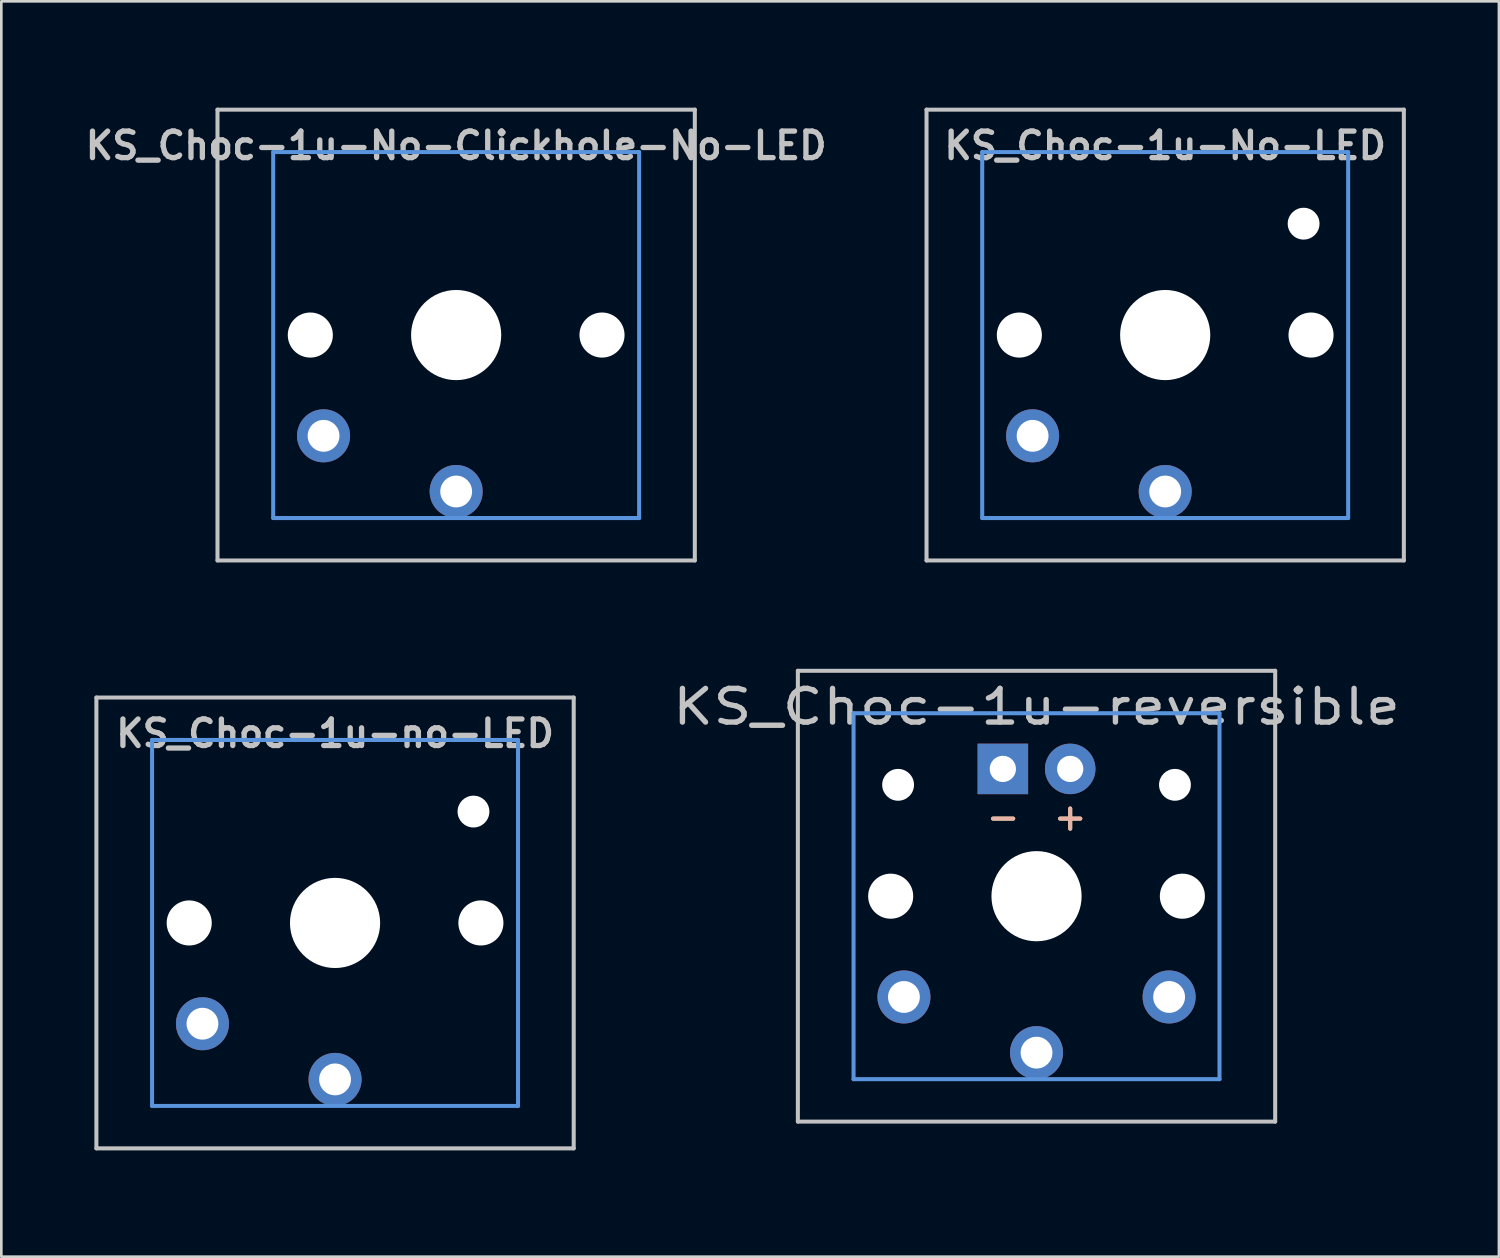
<source format=kicad_pcb>
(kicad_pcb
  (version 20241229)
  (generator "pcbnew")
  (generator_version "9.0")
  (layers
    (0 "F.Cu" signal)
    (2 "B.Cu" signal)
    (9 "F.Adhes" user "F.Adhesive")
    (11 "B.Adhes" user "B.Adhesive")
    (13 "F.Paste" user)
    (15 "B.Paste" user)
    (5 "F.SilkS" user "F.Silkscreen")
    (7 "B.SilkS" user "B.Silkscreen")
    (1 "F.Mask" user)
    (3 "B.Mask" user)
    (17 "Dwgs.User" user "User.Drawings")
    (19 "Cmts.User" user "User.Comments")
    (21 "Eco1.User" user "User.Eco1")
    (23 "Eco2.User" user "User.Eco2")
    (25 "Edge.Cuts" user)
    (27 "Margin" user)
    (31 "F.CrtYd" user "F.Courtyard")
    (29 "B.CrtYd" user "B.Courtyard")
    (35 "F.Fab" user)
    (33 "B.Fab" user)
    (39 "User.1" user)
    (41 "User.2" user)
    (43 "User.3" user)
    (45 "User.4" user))
  (footprint "KS_Choc-1u-no-LED"
    (layer "F.Cu")
    (at 9.585 31.755)
    (property "Reference" "KS_Choc-1u-no-LED" (at 0 -7.144 180) (layer "Dwgs.User") (effects (font (size 1 1) (thickness 0.2))))
    (attr through_hole)
    (fp_line (start -9 -8.5) (end 9 -8.5) (stroke (width 0.152) (type solid)) (layer "Dwgs.User"))
    (fp_line (start -9 8.5) (end -9 -8.5) (stroke (width 0.152) (type solid)) (layer "Dwgs.User"))
    (fp_line (start 9 -8.5) (end 9 8.5) (stroke (width 0.152) (type solid)) (layer "Dwgs.User"))
    (fp_line (start 9 8.5) (end -9 8.5) (stroke (width 0.152) (type solid)) (layer "Dwgs.User"))
    (fp_line (start -6.9 -6.9) (end 6.9 -6.9) (stroke (width 0.152) (type solid)) (layer "Cmts.User"))
    (fp_line (start -6.9 6.9) (end -6.9 -6.9) (stroke (width 0.152) (type solid)) (layer "Cmts.User"))
    (fp_line (start 6.9 -6.9) (end 6.9 6.9) (stroke (width 0.152) (type solid)) (layer "Cmts.User"))
    (fp_line (start 6.9 6.9) (end -6.9 6.9) (stroke (width 0.152) (type solid)) (layer "Cmts.User"))
    (fp_line (start -9.525 -9.525) (end -9.525 9.525) (stroke (width 0.12) (type solid)) (layer "Eco1.User"))
    (fp_line (start -9.525 -9.525) (end 9.525 -9.525) (stroke (width 0.12) (type solid)) (layer "Eco1.User"))
    (fp_line (start -9.525 9.525) (end 9.525 9.525) (stroke (width 0.12) (type solid)) (layer "Eco1.User"))
    (fp_line (start 9.525 -9.525) (end 9.525 9.525) (stroke (width 0.12) (type solid)) (layer "Eco1.User"))
    (fp_line (start -7.5 -7.5) (end 7.5 -7.5) (stroke (width 0.152) (type solid)) (layer "Eco2.User"))
    (fp_line (start -7.5 7.5) (end -7.5 -7.5) (stroke (width 0.152) (type solid)) (layer "Eco2.User"))
    (fp_line (start 7.5 -7.5) (end 7.5 7.5) (stroke (width 0.152) (type solid)) (layer "Eco2.User"))
    (fp_line (start 7.5 7.5) (end -7.5 7.5) (stroke (width 0.152) (type solid)) (layer "Eco2.User"))
    (pad "" np_thru_hole circle (at -5.5 0 180) (size 1.7 1.7) (drill 1.7) (layers "*.Cu" "*.Mask"))
    (pad "" np_thru_hole circle (at 0 0 180) (size 3.4 3.4) (drill 3.4) (layers "*.Cu" "*.Mask"))
    (pad "" np_thru_hole circle (at 5.22 -4.2 180) (size 1.2 1.2) (drill 1.2) (layers "*.Cu" "*.Mask"))
    (pad "" np_thru_hole circle (at 5.5 0 180) (size 1.7 1.7) (drill 1.7) (layers "*.Cu" "*.Mask"))
    (pad "1" thru_hole circle (at 0 5.9 180) (size 2 2) (drill 1.2) (layers "*.Cu" "*.Mask"))
    (pad "2" thru_hole circle (at -5 3.8 41.9) (size 2 2) (drill 1.2) (layers "*.Cu" "*.Mask")))
  (footprint "KS_Choc-1u-reversible"
    (layer "F.Cu")
    (at 36.038 30.746)
    (property "Reference" "KS_Choc-1u-reversible" (at 0 -7.144 180) (layer "Dwgs.User") (effects (font (size 1.27 1.524) (thickness 0.203))))
    (attr through_hole)
    (fp_line (start -9 -8.5) (end 9 -8.5) (stroke (width 0.152) (type solid)) (layer "Dwgs.User"))
    (fp_line (start -9 8.5) (end -9 -8.5) (stroke (width 0.152) (type solid)) (layer "Dwgs.User"))
    (fp_line (start 9 -8.5) (end 9 8.5) (stroke (width 0.152) (type solid)) (layer "Dwgs.User"))
    (fp_line (start 9 8.5) (end -9 8.5) (stroke (width 0.152) (type solid)) (layer "Dwgs.User"))
    (fp_line (start -6.9 -6.9) (end 6.9 -6.9) (stroke (width 0.152) (type solid)) (layer "Cmts.User"))
    (fp_line (start -6.9 6.9) (end -6.9 -6.9) (stroke (width 0.152) (type solid)) (layer "Cmts.User"))
    (fp_line (start 6.9 -6.9) (end 6.9 6.9) (stroke (width 0.152) (type solid)) (layer "Cmts.User"))
    (fp_line (start 6.9 6.9) (end -6.9 6.9) (stroke (width 0.152) (type solid)) (layer "Cmts.User"))
    (fp_line (start -7.5 -7.5) (end 7.5 -7.5) (stroke (width 0.152) (type solid)) (layer "Eco2.User"))
    (fp_line (start -7.5 7.5) (end -7.5 -7.5) (stroke (width 0.152) (type solid)) (layer "Eco2.User"))
    (fp_line (start 7.5 -7.5) (end 7.5 7.5) (stroke (width 0.152) (type solid)) (layer "Eco2.User"))
    (fp_line (start 7.5 7.5) (end -7.5 7.5) (stroke (width 0.152) (type solid)) (layer "Eco2.User"))
    (fp_text user "-" (at -1.26 -3 180) (layer "F.SilkS") (effects (font (size 1 1) (thickness 0.15))))
    (fp_text user "+" (at 1.27 -3 180) (layer "F.SilkS") (effects (font (size 1 1) (thickness 0.15))))
    (fp_text user "+" (at 1.27 -3 180) (layer "B.SilkS") (effects (font (size 1 1) (thickness 0.15)) (justify mirror)))
    (fp_text user "-" (at -1.26 -3 180) (layer "B.SilkS") (effects (font (size 1 1) (thickness 0.15)) (justify mirror)))
    (pad "" np_thru_hole circle (at -5.5 0 180) (size 1.7 1.7) (drill 1.7) (layers "*.Cu" "*.Mask"))
    (pad "" np_thru_hole circle (at -5.22 -4.2 180) (size 1.2 1.2) (drill 1.2) (layers "*.Cu"))
    (pad "" np_thru_hole circle (at 0 0 180) (size 3.4 3.4) (drill 3.4) (layers "*.Cu" "*.Mask"))
    (pad "" np_thru_hole circle (at 5.22 -4.2 180) (size 1.2 1.2) (drill 1.2) (layers "*.Cu"))
    (pad "" np_thru_hole circle (at 5.5 0 180) (size 1.7 1.7) (drill 1.7) (layers "*.Cu" "*.Mask"))
    (pad "1" thru_hole circle (at 0 5.9 180) (size 2 2) (drill 1.2) (layers "*.Cu" "*.Mask"))
    (pad "2" thru_hole circle (at -5 3.8 41.9) (size 2 2) (drill 1.2) (layers "*.Cu" "B.Mask"))
    (pad "2" thru_hole circle (at 5 3.8 41.9) (size 2 2) (drill 1.2) (layers "*.Cu" "F.Mask"))
    (pad "3" thru_hole circle (at 1.27 -4.8 180) (size 1.905 1.905) (drill 0.991) (layers "*.Cu" "*.Mask"))
    (pad "4" thru_hole rect (at -1.27 -4.8 180) (size 1.905 1.905) (drill 0.991) (layers "*.Cu" "*.Mask")))
  (footprint "KS_Choc-1u-No-Clickhole-No-LED"
    (layer "F.Cu")
    (at 14.152 9.585)
    (property "Reference" "KS_Choc-1u-No-Clickhole-No-LED" (at 0 -7.144 180) (layer "Dwgs.User") (effects (font (size 1 1) (thickness 0.2))))
    (attr through_hole)
    (fp_line (start -9 -8.5) (end 9 -8.5) (stroke (width 0.152) (type solid)) (layer "Dwgs.User"))
    (fp_line (start -9 8.5) (end -9 -8.5) (stroke (width 0.152) (type solid)) (layer "Dwgs.User"))
    (fp_line (start 9 -8.5) (end 9 8.5) (stroke (width 0.152) (type solid)) (layer "Dwgs.User"))
    (fp_line (start 9 8.5) (end -9 8.5) (stroke (width 0.152) (type solid)) (layer "Dwgs.User"))
    (fp_line (start -6.9 -6.9) (end 6.9 -6.9) (stroke (width 0.152) (type solid)) (layer "Cmts.User"))
    (fp_line (start -6.9 6.9) (end -6.9 -6.9) (stroke (width 0.152) (type solid)) (layer "Cmts.User"))
    (fp_line (start 6.9 -6.9) (end 6.9 6.9) (stroke (width 0.152) (type solid)) (layer "Cmts.User"))
    (fp_line (start 6.9 6.9) (end -6.9 6.9) (stroke (width 0.152) (type solid)) (layer "Cmts.User"))
    (fp_line (start -9.525 -9.525) (end -9.525 9.525) (stroke (width 0.12) (type solid)) (layer "Eco1.User"))
    (fp_line (start -9.525 -9.525) (end 9.525 -9.525) (stroke (width 0.12) (type solid)) (layer "Eco1.User"))
    (fp_line (start -9.525 9.525) (end 9.525 9.525) (stroke (width 0.12) (type solid)) (layer "Eco1.User"))
    (fp_line (start 9.525 -9.525) (end 9.525 9.525) (stroke (width 0.12) (type solid)) (layer "Eco1.User"))
    (fp_line (start -7.5 -7.5) (end 7.5 -7.5) (stroke (width 0.152) (type solid)) (layer "Eco2.User"))
    (fp_line (start -7.5 7.5) (end -7.5 -7.5) (stroke (width 0.152) (type solid)) (layer "Eco2.User"))
    (fp_line (start 7.5 -7.5) (end 7.5 7.5) (stroke (width 0.152) (type solid)) (layer "Eco2.User"))
    (fp_line (start 7.5 7.5) (end -7.5 7.5) (stroke (width 0.152) (type solid)) (layer "Eco2.User"))
    (pad "" np_thru_hole circle (at -5.5 0 180) (size 1.7 1.7) (drill 1.7) (layers "*.Cu" "*.Mask"))
    (pad "" np_thru_hole circle (at 0 0 180) (size 3.4 3.4) (drill 3.4) (layers "*.Cu" "*.Mask"))
    (pad "" np_thru_hole circle (at 5.5 0 180) (size 1.7 1.7) (drill 1.7) (layers "*.Cu" "*.Mask"))
    (pad "1" thru_hole circle (at 0 5.9 180) (size 2 2) (drill 1.2) (layers "*.Cu" "*.Mask"))
    (pad "2" thru_hole circle (at -5 3.8 41.9) (size 2 2) (drill 1.2) (layers "*.Cu" "*.Mask")))
  (footprint "KS_Choc-1u-No-LED"
    (layer "F.Cu")
    (at 40.89 9.585)
    (property "Reference" "KS_Choc-1u-No-LED" (at 0 -7.144 180) (layer "Dwgs.User") (effects (font (size 1 1) (thickness 0.2))))
    (attr through_hole)
    (fp_line (start -9 -8.5) (end 9 -8.5) (stroke (width 0.152) (type solid)) (layer "Dwgs.User"))
    (fp_line (start -9 8.5) (end -9 -8.5) (stroke (width 0.152) (type solid)) (layer "Dwgs.User"))
    (fp_line (start 9 -8.5) (end 9 8.5) (stroke (width 0.152) (type solid)) (layer "Dwgs.User"))
    (fp_line (start 9 8.5) (end -9 8.5) (stroke (width 0.152) (type solid)) (layer "Dwgs.User"))
    (fp_line (start -6.9 -6.9) (end 6.9 -6.9) (stroke (width 0.152) (type solid)) (layer "Cmts.User"))
    (fp_line (start -6.9 6.9) (end -6.9 -6.9) (stroke (width 0.152) (type solid)) (layer "Cmts.User"))
    (fp_line (start 6.9 -6.9) (end 6.9 6.9) (stroke (width 0.152) (type solid)) (layer "Cmts.User"))
    (fp_line (start 6.9 6.9) (end -6.9 6.9) (stroke (width 0.152) (type solid)) (layer "Cmts.User"))
    (fp_line (start -9.525 -9.525) (end -9.525 9.525) (stroke (width 0.12) (type solid)) (layer "Eco1.User"))
    (fp_line (start -9.525 -9.525) (end 9.525 -9.525) (stroke (width 0.12) (type solid)) (layer "Eco1.User"))
    (fp_line (start -9.525 9.525) (end 9.525 9.525) (stroke (width 0.12) (type solid)) (layer "Eco1.User"))
    (fp_line (start 9.525 -9.525) (end 9.525 9.525) (stroke (width 0.12) (type solid)) (layer "Eco1.User"))
    (fp_line (start -7.5 -7.5) (end 7.5 -7.5) (stroke (width 0.152) (type solid)) (layer "Eco2.User"))
    (fp_line (start -7.5 7.5) (end -7.5 -7.5) (stroke (width 0.152) (type solid)) (layer "Eco2.User"))
    (fp_line (start 7.5 -7.5) (end 7.5 7.5) (stroke (width 0.152) (type solid)) (layer "Eco2.User"))
    (fp_line (start 7.5 7.5) (end -7.5 7.5) (stroke (width 0.152) (type solid)) (layer "Eco2.User"))
    (pad "" np_thru_hole circle (at -5.5 0 180) (size 1.7 1.7) (drill 1.7) (layers "*.Cu" "*.Mask"))
    (pad "" np_thru_hole circle (at 0 0 180) (size 3.4 3.4) (drill 3.4) (layers "*.Cu" "*.Mask"))
    (pad "" np_thru_hole circle (at 5.22 -4.2 180) (size 1.2 1.2) (drill 1.2) (layers "*.Cu" "*.Mask"))
    (pad "" np_thru_hole circle (at 5.5 0 180) (size 1.7 1.7) (drill 1.7) (layers "*.Cu" "*.Mask"))
    (pad "1" thru_hole circle (at 0 5.9 180) (size 2 2) (drill 1.2) (layers "*.Cu" "*.Mask"))
    (pad "2" thru_hole circle (at -5 3.8 41.9) (size 2 2) (drill 1.2) (layers "*.Cu" "*.Mask")))
  (gr_rect
    (start -3 -3)
    (end 53.475 44.34)
    (stroke (width 0.1) (type default))
    (fill no)
    (layer "Edge.Cuts")))
</source>
